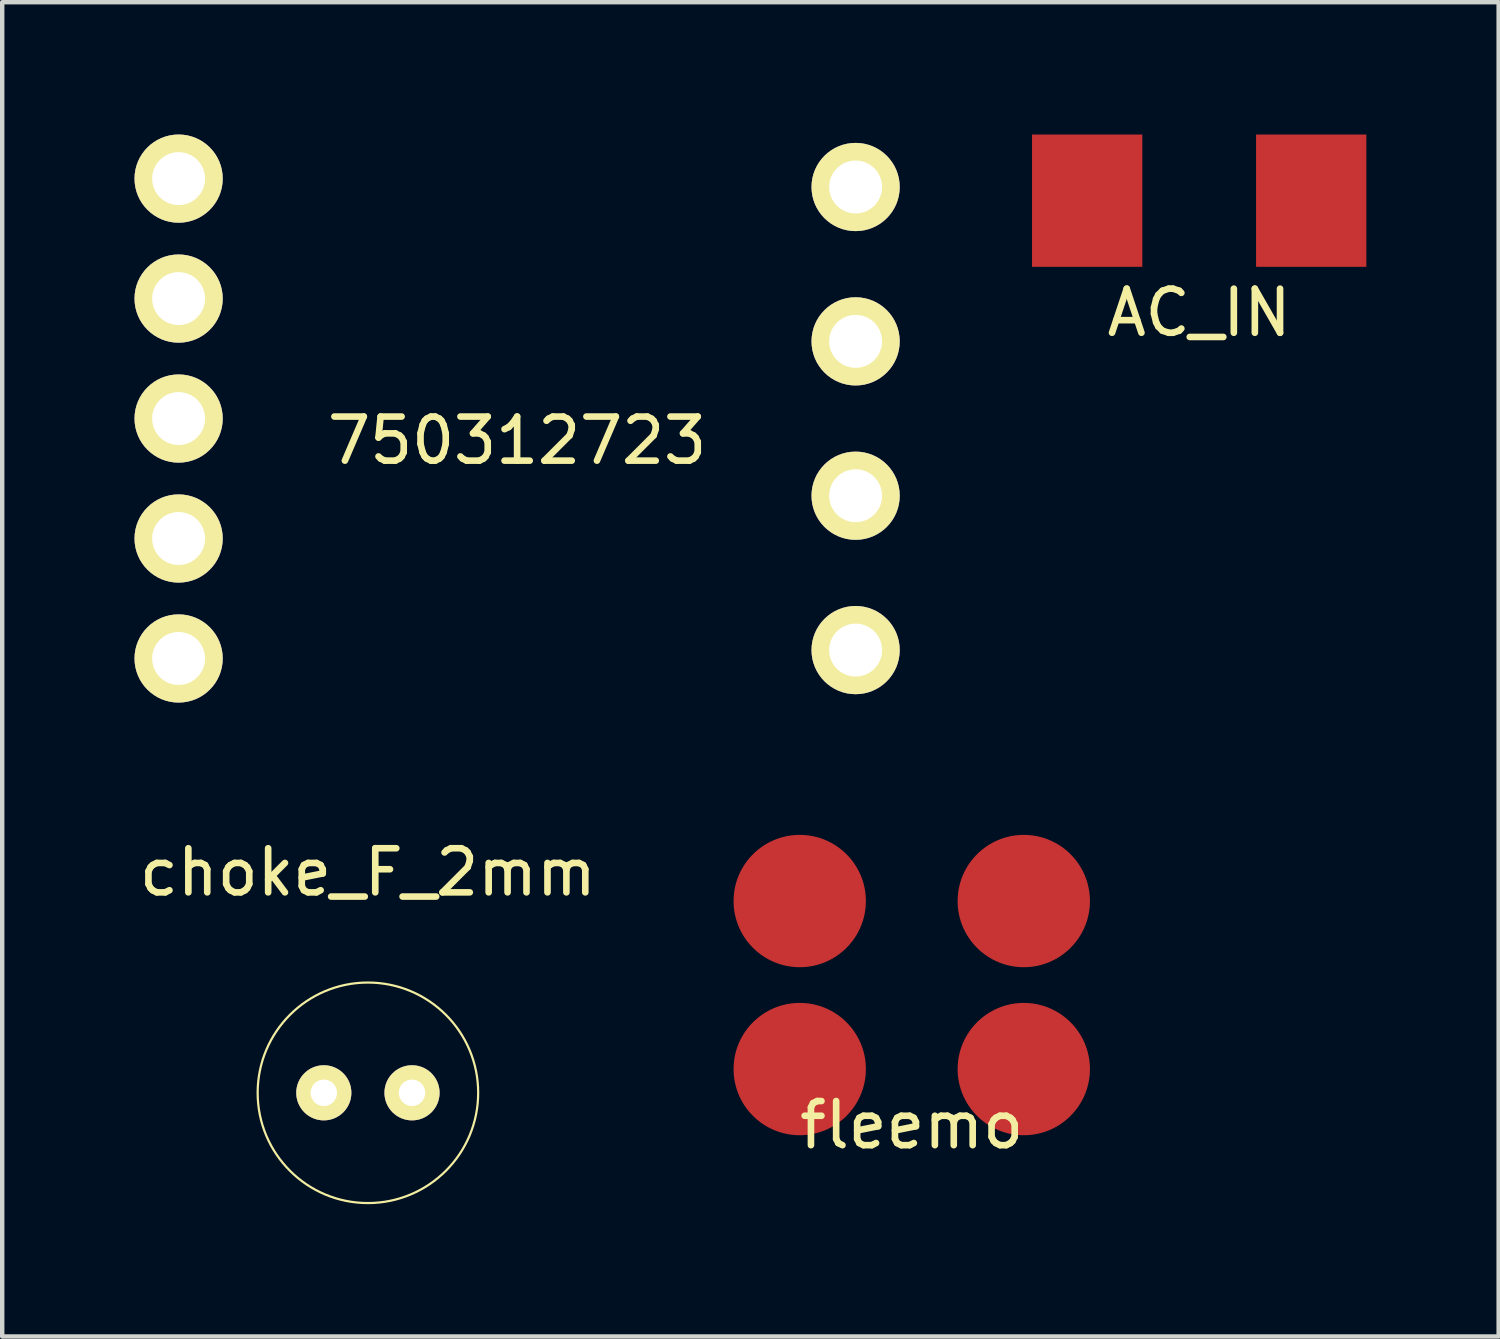
<source format=kicad_pcb>
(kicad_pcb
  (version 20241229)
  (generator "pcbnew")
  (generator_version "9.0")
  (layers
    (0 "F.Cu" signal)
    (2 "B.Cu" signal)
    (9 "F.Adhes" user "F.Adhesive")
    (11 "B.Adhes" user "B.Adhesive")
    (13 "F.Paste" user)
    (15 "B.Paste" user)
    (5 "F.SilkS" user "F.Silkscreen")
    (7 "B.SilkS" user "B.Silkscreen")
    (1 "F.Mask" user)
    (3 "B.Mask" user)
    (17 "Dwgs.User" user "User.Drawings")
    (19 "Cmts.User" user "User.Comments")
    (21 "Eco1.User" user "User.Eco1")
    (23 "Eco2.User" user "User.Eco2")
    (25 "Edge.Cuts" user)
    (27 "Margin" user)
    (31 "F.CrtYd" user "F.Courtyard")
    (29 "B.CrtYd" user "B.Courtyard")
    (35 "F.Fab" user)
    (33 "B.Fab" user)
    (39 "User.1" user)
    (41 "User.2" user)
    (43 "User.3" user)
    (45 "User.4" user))
  (footprint "750312723"
    (layer "F.Cu")
    (at 8.675 6.44)
    (property "Reference" "750312723" (at 0 0.5 0) (layer "F.SilkS") (effects (font (size 1 1) (thickness 0.15))))
    (attr through_hole)
    (pad "1" thru_hole circle (at -7.675 -5.44) (size 2 2) (drill 1.2) (layers "*.Cu" "*.Mask" "F.SilkS"))
    (pad "2" thru_hole circle (at -7.675 -2.72) (size 2 2) (drill 1.2) (layers "*.Cu" "*.Mask" "F.SilkS"))
    (pad "3" thru_hole circle (at -7.675 0) (size 2 2) (drill 1.2) (layers "*.Cu" "*.Mask" "F.SilkS"))
    (pad "4" thru_hole circle (at -7.675 2.72) (size 2 2) (drill 1.2) (layers "*.Cu" "*.Mask" "F.SilkS"))
    (pad "5" thru_hole circle (at -7.675 5.44) (size 2 2) (drill 1.2) (layers "*.Cu" "*.Mask" "F.SilkS"))
    (pad "6" thru_hole circle (at 7.675 1.75) (size 2 2) (drill 1.2) (layers "*.Cu" "*.Mask" "F.SilkS"))
    (pad "7" thru_hole circle (at 7.675 5.25) (size 2 2) (drill 1.2) (layers "*.Cu" "*.Mask" "F.SilkS"))
    (pad "8" thru_hole circle (at 7.675 -1.75) (size 2 2) (drill 1.2) (layers "*.Cu" "*.Mask" "F.SilkS"))
    (pad "9" thru_hole circle (at 7.675 -5.25) (size 2 2) (drill 1.2) (layers "*.Cu" "*.Mask" "F.SilkS")))
  (footprint "AC_IN"
    (layer "F.Cu")
    (at 24.14 1.5)
    (property "Reference" "AC_IN" (at 0 2.54 0) (layer "F.SilkS") (effects (font (size 1 1) (thickness 0.15))))
    (attr through_hole)
    (pad "1" smd trapezoid (at -2.54 0) (size 2.5 3) (layers "F.Cu" "F.Mask" "F.Paste"))
    (pad "2" smd trapezoid (at 2.54 0) (size 2.5 3) (layers "F.Cu" "F.Mask" "F.Paste")))
  (footprint "choke_F_2mm"
    (layer "F.Cu")
    (at 5.292 21.728)
    (property "Reference" "choke_F_2mm" (at 0 -5 0) (layer "F.SilkS") (effects (font (size 1 1) (thickness 0.15))))
    (attr through_hole)
    (fp_circle (center 0 0) (end 2.5 0) (stroke (width 0.05) (type solid)) (fill no) (layer "F.SilkS"))
    (pad "1" thru_hole circle (at -1 0) (size 1.25 1.25) (drill 0.6) (layers "*.Cu" "*.Mask" "F.SilkS"))
    (pad "2" thru_hole circle (at 1 0) (size 1.25 1.25) (drill 0.6) (layers "*.Cu" "*.Mask" "F.SilkS")))
  (footprint "fleemo"
    (layer "F.Cu")
    (at 17.623 18.65)
    (property "Reference" "fleemo" (at 0 3.81 0) (layer "F.SilkS") (effects (font (size 1 1) (thickness 0.15))))
    (attr through_hole)
    (pad "1" smd circle (at -2.54 -1.27) (size 3 3) (layers "F.Cu" "F.Mask" "F.Paste"))
    (pad "2" smd circle (at 2.54 -1.27) (size 3 3) (layers "F.Cu" "F.Mask" "F.Paste"))
    (pad "3" smd circle (at 2.54 2.54) (size 3 3) (layers "F.Cu" "F.Mask" "F.Paste"))
    (pad "4" smd circle (at -2.54 2.54) (size 3 3) (layers "F.Cu" "F.Mask" "F.Paste")))
  (gr_rect
    (start -3 -3)
    (end 30.93 27.253)
    (stroke (width 0.1) (type default))
    (fill no)
    (layer "Edge.Cuts")))
</source>
